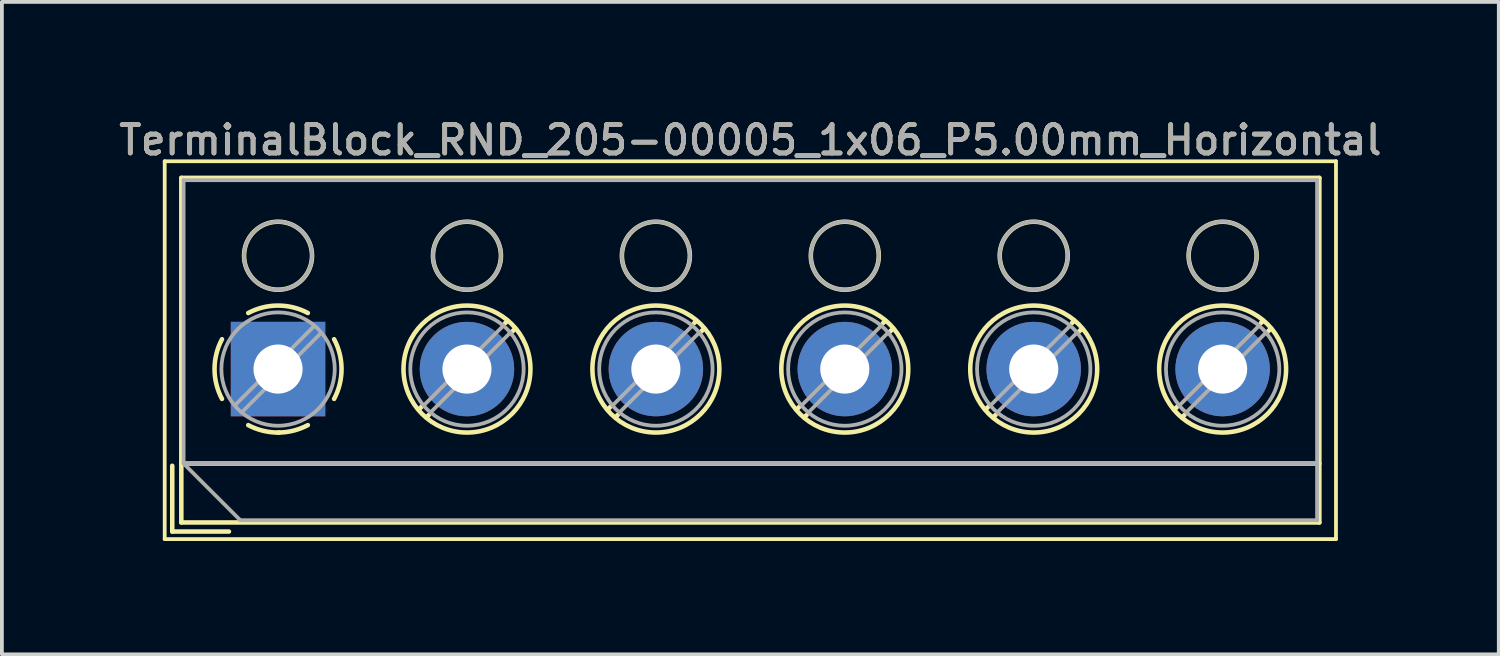
<source format=kicad_pcb>
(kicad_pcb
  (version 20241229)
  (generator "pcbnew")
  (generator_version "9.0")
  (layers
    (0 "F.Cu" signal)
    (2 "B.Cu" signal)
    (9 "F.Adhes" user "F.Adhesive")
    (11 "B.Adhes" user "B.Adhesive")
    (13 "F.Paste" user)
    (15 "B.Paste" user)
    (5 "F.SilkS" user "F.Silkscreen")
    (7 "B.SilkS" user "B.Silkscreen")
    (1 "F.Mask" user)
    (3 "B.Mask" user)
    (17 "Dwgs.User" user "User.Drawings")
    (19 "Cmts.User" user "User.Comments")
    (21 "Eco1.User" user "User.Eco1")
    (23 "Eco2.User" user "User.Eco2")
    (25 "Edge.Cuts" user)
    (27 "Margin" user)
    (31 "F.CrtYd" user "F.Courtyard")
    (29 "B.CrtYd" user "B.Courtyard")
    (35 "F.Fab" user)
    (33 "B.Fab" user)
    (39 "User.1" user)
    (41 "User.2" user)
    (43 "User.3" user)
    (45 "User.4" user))
  (footprint "TerminalBlock_RND_205-00005_1x06_P5.00mm_Horizontal"
    (layer "F.Cu")
    (at 4.309 6.718)
    (property "Reference" "TerminalBlock_RND_205-00005_1x06_P5.00mm_Horizontal" (at 12.5 -6.06 0) (layer "F.SilkS") (effects (font (size 0.75 0.75) (thickness 0.125))))
    (attr through_hole)
    (fp_line (start -3 -5.5) (end -3 4.5) (stroke (width 0.1) (type solid)) (layer "F.SilkS"))
    (fp_line (start -3 4.5) (end 28 4.5) (stroke (width 0.1) (type solid)) (layer "F.SilkS"))
    (fp_line (start -2.8 2.56) (end -2.8 4.3) (stroke (width 0.12) (type solid)) (layer "F.SilkS"))
    (fp_line (start -2.8 4.3) (end -1.3 4.3) (stroke (width 0.12) (type solid)) (layer "F.SilkS"))
    (fp_line (start -2.56 -5.06) (end -2.56 4.06) (stroke (width 0.12) (type solid)) (layer "F.SilkS"))
    (fp_line (start -2.56 -5.06) (end 27.56 -5.06) (stroke (width 0.12) (type solid)) (layer "F.SilkS"))
    (fp_line (start -2.56 2.5) (end 27.56 2.5) (stroke (width 0.12) (type solid)) (layer "F.SilkS"))
    (fp_line (start -2.56 4.06) (end 27.56 4.06) (stroke (width 0.12) (type solid)) (layer "F.SilkS"))
    (fp_line (start 3.82 0.976) (end 3.726 1.069) (stroke (width 0.12) (type solid)) (layer "F.SilkS"))
    (fp_line (start 3.99 1.216) (end 3.931 1.274) (stroke (width 0.12) (type solid)) (layer "F.SilkS"))
    (fp_line (start 6.07 -1.275) (end 6.011 -1.216) (stroke (width 0.12) (type solid)) (layer "F.SilkS"))
    (fp_line (start 6.275 -1.069) (end 6.181 -0.976) (stroke (width 0.12) (type solid)) (layer "F.SilkS"))
    (fp_line (start 8.82 0.976) (end 8.726 1.069) (stroke (width 0.12) (type solid)) (layer "F.SilkS"))
    (fp_line (start 8.99 1.216) (end 8.931 1.274) (stroke (width 0.12) (type solid)) (layer "F.SilkS"))
    (fp_line (start 11.07 -1.275) (end 11.011 -1.216) (stroke (width 0.12) (type solid)) (layer "F.SilkS"))
    (fp_line (start 11.275 -1.069) (end 11.181 -0.976) (stroke (width 0.12) (type solid)) (layer "F.SilkS"))
    (fp_line (start 13.82 0.976) (end 13.726 1.069) (stroke (width 0.12) (type solid)) (layer "F.SilkS"))
    (fp_line (start 13.99 1.216) (end 13.931 1.274) (stroke (width 0.12) (type solid)) (layer "F.SilkS"))
    (fp_line (start 16.07 -1.275) (end 16.011 -1.216) (stroke (width 0.12) (type solid)) (layer "F.SilkS"))
    (fp_line (start 16.275 -1.069) (end 16.181 -0.976) (stroke (width 0.12) (type solid)) (layer "F.SilkS"))
    (fp_line (start 18.82 0.976) (end 18.726 1.069) (stroke (width 0.12) (type solid)) (layer "F.SilkS"))
    (fp_line (start 18.99 1.216) (end 18.931 1.274) (stroke (width 0.12) (type solid)) (layer "F.SilkS"))
    (fp_line (start 21.07 -1.275) (end 21.011 -1.216) (stroke (width 0.12) (type solid)) (layer "F.SilkS"))
    (fp_line (start 21.275 -1.069) (end 21.181 -0.976) (stroke (width 0.12) (type solid)) (layer "F.SilkS"))
    (fp_line (start 23.82 0.976) (end 23.726 1.069) (stroke (width 0.12) (type solid)) (layer "F.SilkS"))
    (fp_line (start 23.99 1.216) (end 23.931 1.274) (stroke (width 0.12) (type solid)) (layer "F.SilkS"))
    (fp_line (start 26.07 -1.275) (end 26.011 -1.216) (stroke (width 0.12) (type solid)) (layer "F.SilkS"))
    (fp_line (start 26.275 -1.069) (end 26.181 -0.976) (stroke (width 0.12) (type solid)) (layer "F.SilkS"))
    (fp_line (start 27.56 -5.06) (end 27.56 4.06) (stroke (width 0.12) (type solid)) (layer "F.SilkS"))
    (fp_line (start 28 -5.5) (end -3 -5.5) (stroke (width 0.1) (type solid)) (layer "F.SilkS"))
    (fp_line (start 28 4.5) (end 28 -5.5) (stroke (width 0.1) (type solid)) (layer "F.SilkS"))
    (fp_arc (start -1.483953 0.789089) (mid -1.680708 0.00005) (end -1.484 -0.789) (stroke (width 0.12) (type solid)) (layer "F.SilkS"))
    (fp_arc (start -0.789089 -1.483953) (mid -0.00005 -1.680708) (end 0.789 -1.484) (stroke (width 0.12) (type solid)) (layer "F.SilkS"))
    (fp_arc (start 0.029383 1.68045) (mid -0.392304 1.634281) (end -0.789 1.484) (stroke (width 0.12) (type solid)) (layer "F.SilkS"))
    (fp_arc (start 0.788712 1.483352) (mid 0.406429 1.630097) (end 0 1.68) (stroke (width 0.12) (type solid)) (layer "F.SilkS"))
    (fp_arc (start 1.483953 -0.789089) (mid 1.680708 -0.00005) (end 1.484 0.789) (stroke (width 0.12) (type solid)) (layer "F.SilkS"))
    (fp_circle (center 0 -3) (end 0.9 -3) (stroke (width 0.12) (type solid)) (fill no) (layer "F.SilkS"))
    (fp_circle (center 5 -3) (end 5.9 -3) (stroke (width 0.12) (type solid)) (fill no) (layer "F.SilkS"))
    (fp_circle (center 5 0) (end 6.68 0) (stroke (width 0.12) (type solid)) (fill no) (layer "F.SilkS"))
    (fp_circle (center 10 -3) (end 10.9 -3) (stroke (width 0.12) (type solid)) (fill no) (layer "F.SilkS"))
    (fp_circle (center 10 0) (end 11.68 0) (stroke (width 0.12) (type solid)) (fill no) (layer "F.SilkS"))
    (fp_circle (center 15 -3) (end 15.9 -3) (stroke (width 0.12) (type solid)) (fill no) (layer "F.SilkS"))
    (fp_circle (center 15 0) (end 16.68 0) (stroke (width 0.12) (type solid)) (fill no) (layer "F.SilkS"))
    (fp_circle (center 20 -3) (end 20.9 -3) (stroke (width 0.12) (type solid)) (fill no) (layer "F.SilkS"))
    (fp_circle (center 20 0) (end 21.68 0) (stroke (width 0.12) (type solid)) (fill no) (layer "F.SilkS"))
    (fp_circle (center 25 -3) (end 25.9 -3) (stroke (width 0.12) (type solid)) (fill no) (layer "F.SilkS"))
    (fp_circle (center 25 0) (end 26.68 0) (stroke (width 0.12) (type solid)) (fill no) (layer "F.SilkS"))
    (fp_line (start -2.5 -5) (end 27.5 -5) (stroke (width 0.1) (type solid)) (layer "F.Fab"))
    (fp_line (start -2.5 2.5) (end -2.5 -5) (stroke (width 0.1) (type solid)) (layer "F.Fab"))
    (fp_line (start -2.5 2.5) (end 27.5 2.5) (stroke (width 0.1) (type solid)) (layer "F.Fab"))
    (fp_line (start -1 4) (end -2.5 2.5) (stroke (width 0.1) (type solid)) (layer "F.Fab"))
    (fp_line (start 0.955 -1.138) (end -1.138 0.955) (stroke (width 0.1) (type solid)) (layer "F.Fab"))
    (fp_line (start 1.138 -0.955) (end -0.955 1.138) (stroke (width 0.1) (type solid)) (layer "F.Fab"))
    (fp_line (start 5.955 -1.138) (end 3.863 0.955) (stroke (width 0.1) (type solid)) (layer "F.Fab"))
    (fp_line (start 6.138 -0.955) (end 4.046 1.138) (stroke (width 0.1) (type solid)) (layer "F.Fab"))
    (fp_line (start 10.955 -1.138) (end 8.863 0.955) (stroke (width 0.1) (type solid)) (layer "F.Fab"))
    (fp_line (start 11.138 -0.955) (end 9.046 1.138) (stroke (width 0.1) (type solid)) (layer "F.Fab"))
    (fp_line (start 15.955 -1.138) (end 13.863 0.955) (stroke (width 0.1) (type solid)) (layer "F.Fab"))
    (fp_line (start 16.138 -0.955) (end 14.046 1.138) (stroke (width 0.1) (type solid)) (layer "F.Fab"))
    (fp_line (start 20.955 -1.138) (end 18.863 0.955) (stroke (width 0.1) (type solid)) (layer "F.Fab"))
    (fp_line (start 21.138 -0.955) (end 19.046 1.138) (stroke (width 0.1) (type solid)) (layer "F.Fab"))
    (fp_line (start 25.955 -1.138) (end 23.863 0.955) (stroke (width 0.1) (type solid)) (layer "F.Fab"))
    (fp_line (start 26.138 -0.955) (end 24.046 1.138) (stroke (width 0.1) (type solid)) (layer "F.Fab"))
    (fp_line (start 27.5 -5) (end 27.5 4) (stroke (width 0.1) (type solid)) (layer "F.Fab"))
    (fp_line (start 27.5 4) (end -1 4) (stroke (width 0.1) (type solid)) (layer "F.Fab"))
    (fp_circle (center 0 -3) (end 0.9 -3) (stroke (width 0.1) (type solid)) (fill no) (layer "F.Fab"))
    (fp_circle (center 0 0) (end 1.5 0) (stroke (width 0.1) (type solid)) (fill no) (layer "F.Fab"))
    (fp_circle (center 5 -3) (end 5.9 -3) (stroke (width 0.1) (type solid)) (fill no) (layer "F.Fab"))
    (fp_circle (center 5 0) (end 6.5 0) (stroke (width 0.1) (type solid)) (fill no) (layer "F.Fab"))
    (fp_circle (center 10 -3) (end 10.9 -3) (stroke (width 0.1) (type solid)) (fill no) (layer "F.Fab"))
    (fp_circle (center 10 0) (end 11.5 0) (stroke (width 0.1) (type solid)) (fill no) (layer "F.Fab"))
    (fp_circle (center 15 -3) (end 15.9 -3) (stroke (width 0.1) (type solid)) (fill no) (layer "F.Fab"))
    (fp_circle (center 15 0) (end 16.5 0) (stroke (width 0.1) (type solid)) (fill no) (layer "F.Fab"))
    (fp_circle (center 20 -3) (end 20.9 -3) (stroke (width 0.1) (type solid)) (fill no) (layer "F.Fab"))
    (fp_circle (center 20 0) (end 21.5 0) (stroke (width 0.1) (type solid)) (fill no) (layer "F.Fab"))
    (fp_circle (center 25 -3) (end 25.9 -3) (stroke (width 0.1) (type solid)) (fill no) (layer "F.Fab"))
    (fp_circle (center 25 0) (end 26.5 0) (stroke (width 0.1) (type solid)) (fill no) (layer "F.Fab"))
    (fp_text user "${REFERENCE}" (at 12.5 -6.06 0) (layer "F.Fab") (effects (font (size 0.75 0.75) (thickness 0.125))))
    (pad "1" thru_hole rect (at 0 0) (size 2.5 2.5) (drill 1.3) (layers "*.Cu" "*.Mask"))
    (pad "2" thru_hole circle (at 5 0) (size 2.5 2.5) (drill 1.3) (layers "*.Cu" "*.Mask"))
    (pad "3" thru_hole circle (at 10 0) (size 2.5 2.5) (drill 1.3) (layers "*.Cu" "*.Mask"))
    (pad "4" thru_hole circle (at 15 0) (size 2.5 2.5) (drill 1.3) (layers "*.Cu" "*.Mask"))
    (pad "5" thru_hole circle (at 20 0) (size 2.5 2.5) (drill 1.3) (layers "*.Cu" "*.Mask"))
    (pad "6" thru_hole circle (at 25 0) (size 2.5 2.5) (drill 1.3) (layers "*.Cu" "*.Mask")))
  (gr_rect
    (start -3 -3)
    (end 36.618 14.268)
    (stroke (width 0.1) (type default))
    (fill no)
    (layer "Edge.Cuts")))
</source>
